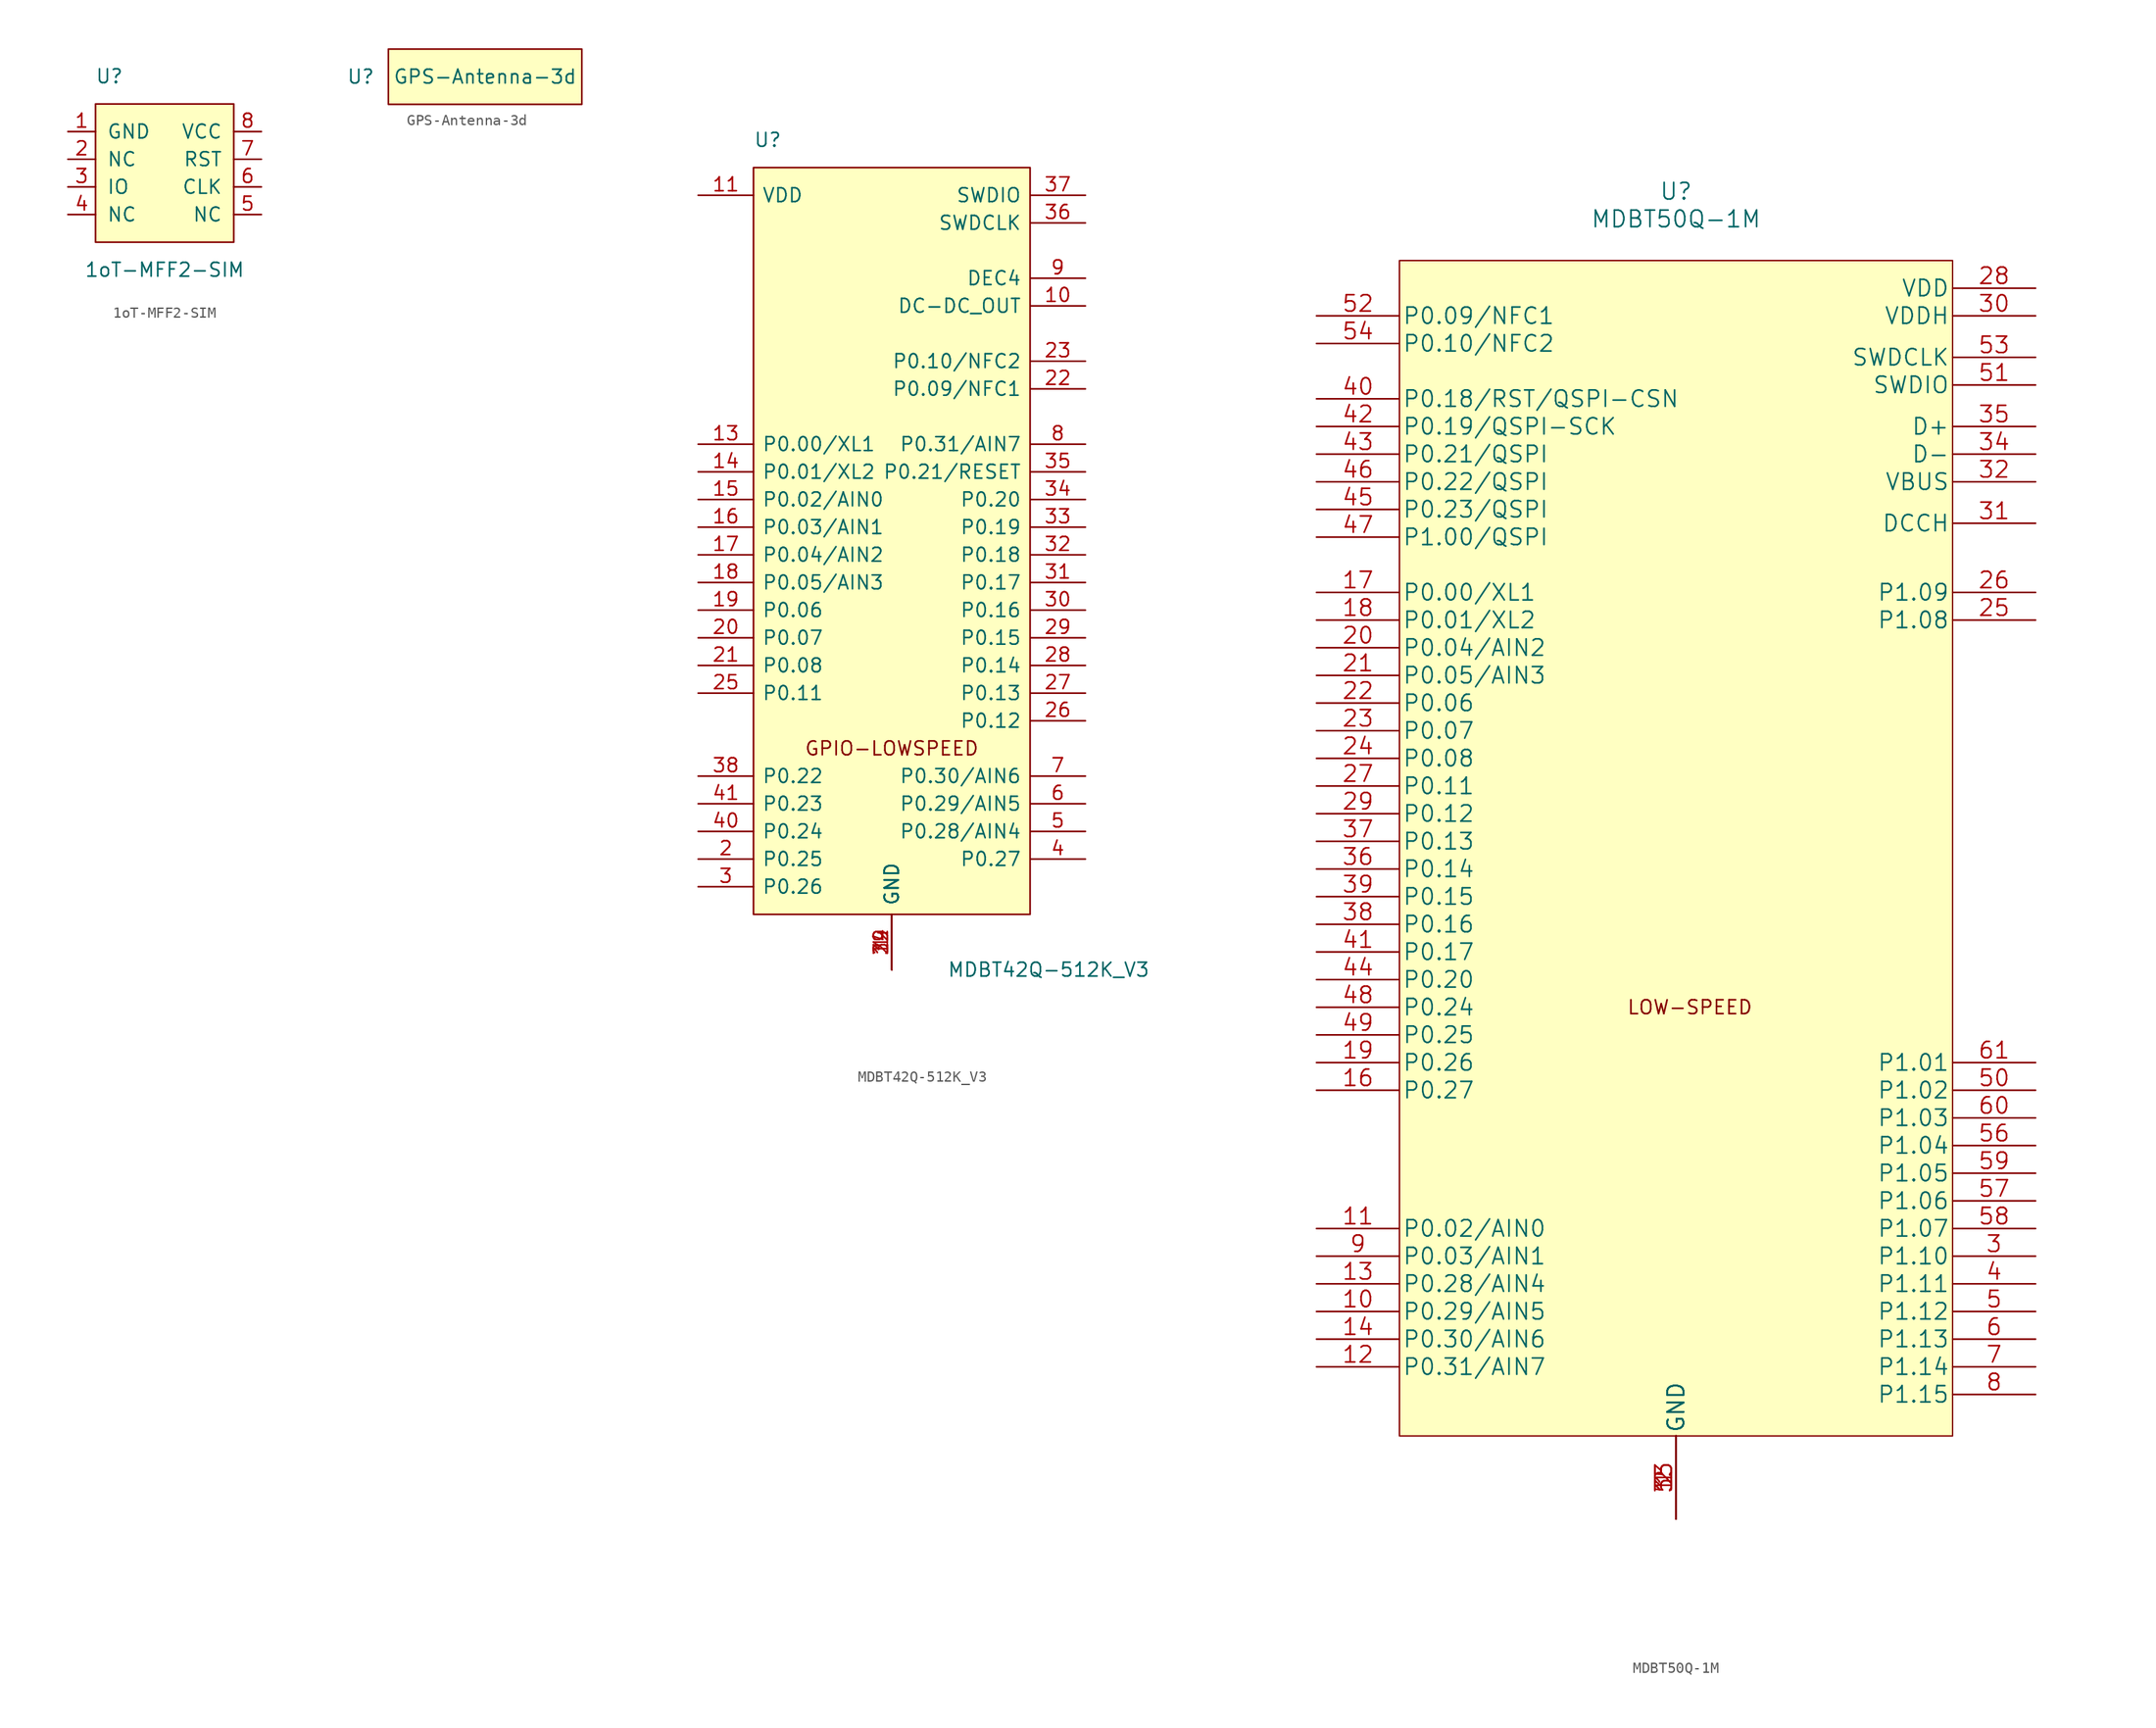
<source format=kicad_sym>
(kicad_symbol_lib
  (version 20211014)
  (generator kicad_symbol_editor)
  (symbol "1oT-MFF2-SIM"
    (pin_names
      (offset 1.016))
    (property "Reference" "U"
      (at -5.08 8.89 0)
      (effects (font (size 1.27 1.27))))
    (property "Value" "1oT-MFF2-SIM"
      (at 0 -8.89 0)
      (effects (font (size 1.27 1.27))))
    (symbol "1oT-MFF2-SIM_0_1"
      (rectangle (start -6.35 6.35) (end 6.35 -6.35) (stroke (width 0) (type default) (color 0 0 0 0)) (fill (type background))))
    (symbol "1oT-MFF2-SIM_1_1"
      (pin input line (at -8.89 3.81 0) (length 2.54) (name "GND" (effects (font (size 1.27 1.27)))) (number "1" (effects (font (size 1.27 1.27)))))
      (pin input line (at -8.89 1.27 0) (length 2.54) (name "NC" (effects (font (size 1.27 1.27)))) (number "2" (effects (font (size 1.27 1.27)))))
      (pin input line (at -8.89 -1.27 0) (length 2.54) (name "IO" (effects (font (size 1.27 1.27)))) (number "3" (effects (font (size 1.27 1.27)))))
      (pin input line (at -8.89 -3.81 0) (length 2.54) (name "NC" (effects (font (size 1.27 1.27)))) (number "4" (effects (font (size 1.27 1.27)))))
      (pin input line (at 8.89 -3.81 180) (length 2.54) (name "NC" (effects (font (size 1.27 1.27)))) (number "5" (effects (font (size 1.27 1.27)))))
      (pin input line (at 8.89 -1.27 180) (length 2.54) (name "CLK" (effects (font (size 1.27 1.27)))) (number "6" (effects (font (size 1.27 1.27)))))
      (pin input line (at 8.89 1.27 180) (length 2.54) (name "RST" (effects (font (size 1.27 1.27)))) (number "7" (effects (font (size 1.27 1.27)))))
      (pin input line (at 8.89 3.81 180) (length 2.54) (name "VCC" (effects (font (size 1.27 1.27)))) (number "8" (effects (font (size 1.27 1.27)))))))
  (symbol "GPS-Antenna-3d"
    (pin_names
      (offset 1.016))
    (property "Reference" "U"
      (at -3.81 3.81 0)
      (effects (font (size 1.27 1.27))))
    (property "Value" "GPS-Antenna-3d"
      (at 7.62 3.81 0)
      (effects (font (size 1.27 1.27))))
    (symbol "GPS-Antenna-3d_0_1"
      (rectangle (start -1.27 6.35) (end 16.51 1.27) (stroke (width 0) (type default) (color 0 0 0 0)) (fill (type background)))))
  (symbol "MDBT42Q-512K_V3"
    (pin_names
      (offset 0.762))
    (property "Reference" "U"
      (at -12.7 40.64 0)
      (effects (font (size 1.27 1.27)) (justify left)))
    (property "Value" "MDBT42Q-512K_V3"
      (at 5.08 -35.56 0)
      (effects (font (size 1.27 1.27)) (justify left)))
    (symbol "MDBT42Q-512K_V3_0_0"
      (rectangle (start -12.7 -30.48) (end 12.7 38.1) (stroke (width 0) (type default) (color 0 0 0 0)) (fill (type background)))
      (text "GPIO-LOWSPEED" (at 0 -15.24 0) (effects (font (size 1.27 1.27)))))
    (symbol "MDBT42Q-512K_V3_1_1"
      (pin power_in line (at 0 -35.56 90) (length 5.08) (name "GND" (effects (font (size 1.27 1.27)))) (number "1" (effects (font (size 1.27 1.27)))))
      (pin bidirectional line (at 17.78 25.4 180) (length 5.08) (name "DC-DC_OUT" (effects (font (size 1.27 1.27)))) (number "10" (effects (font (size 1.27 1.27)))))
      (pin power_in line (at -17.78 35.56 0) (length 5.08) (name "VDD" (effects (font (size 1.27 1.27)))) (number "11" (effects (font (size 1.27 1.27)))))
      (pin power_in line (at 0 -35.56 90) (length 5.08) (name "GND" (effects (font (size 1.27 1.27)))) (number "12" (effects (font (size 1.27 1.27)))))
      (pin bidirectional line (at -17.78 12.7 0) (length 5.08) (name "P0.00/XL1" (effects (font (size 1.27 1.27)))) (number "13" (effects (font (size 1.27 1.27)))))
      (pin bidirectional line (at -17.78 10.16 0) (length 5.08) (name "P0.01/XL2" (effects (font (size 1.27 1.27)))) (number "14" (effects (font (size 1.27 1.27)))))
      (pin bidirectional line (at -17.78 7.62 0) (length 5.08) (name "P0.02/AIN0" (effects (font (size 1.27 1.27)))) (number "15" (effects (font (size 1.27 1.27)))))
      (pin bidirectional line (at -17.78 5.08 0) (length 5.08) (name "P0.03/AIN1" (effects (font (size 1.27 1.27)))) (number "16" (effects (font (size 1.27 1.27)))))
      (pin bidirectional line (at -17.78 2.54 0) (length 5.08) (name "P0.04/AIN2" (effects (font (size 1.27 1.27)))) (number "17" (effects (font (size 1.27 1.27)))))
      (pin bidirectional line (at -17.78 0 0) (length 5.08) (name "P0.05/AIN3" (effects (font (size 1.27 1.27)))) (number "18" (effects (font (size 1.27 1.27)))))
      (pin bidirectional line (at -17.78 -2.54 0) (length 5.08) (name "P0.06" (effects (font (size 1.27 1.27)))) (number "19" (effects (font (size 1.27 1.27)))))
      (pin bidirectional line (at -17.78 -25.4 0) (length 5.08) (name "P0.25" (effects (font (size 1.27 1.27)))) (number "2" (effects (font (size 1.27 1.27)))))
      (pin bidirectional line (at -17.78 -5.08 0) (length 5.08) (name "P0.07" (effects (font (size 1.27 1.27)))) (number "20" (effects (font (size 1.27 1.27)))))
      (pin bidirectional line (at -17.78 -7.62 0) (length 5.08) (name "P0.08" (effects (font (size 1.27 1.27)))) (number "21" (effects (font (size 1.27 1.27)))))
      (pin bidirectional line (at 17.78 17.78 180) (length 5.08) (name "P0.09/NFC1" (effects (font (size 1.27 1.27)))) (number "22" (effects (font (size 1.27 1.27)))))
      (pin bidirectional line (at 17.78 20.32 180) (length 5.08) (name "P0.10/NFC2" (effects (font (size 1.27 1.27)))) (number "23" (effects (font (size 1.27 1.27)))))
      (pin power_in line (at 0 -35.56 90) (length 5.08) (name "GND" (effects (font (size 1.27 1.27)))) (number "24" (effects (font (size 1.27 1.27)))))
      (pin bidirectional line (at -17.78 -10.16 0) (length 5.08) (name "P0.11" (effects (font (size 1.27 1.27)))) (number "25" (effects (font (size 1.27 1.27)))))
      (pin bidirectional line (at 17.78 -12.7 180) (length 5.08) (name "P0.12" (effects (font (size 1.27 1.27)))) (number "26" (effects (font (size 1.27 1.27)))))
      (pin bidirectional line (at 17.78 -10.16 180) (length 5.08) (name "P0.13" (effects (font (size 1.27 1.27)))) (number "27" (effects (font (size 1.27 1.27)))))
      (pin bidirectional line (at 17.78 -7.62 180) (length 5.08) (name "P0.14" (effects (font (size 1.27 1.27)))) (number "28" (effects (font (size 1.27 1.27)))))
      (pin bidirectional line (at 17.78 -5.08 180) (length 5.08) (name "P0.15" (effects (font (size 1.27 1.27)))) (number "29" (effects (font (size 1.27 1.27)))))
      (pin bidirectional line (at -17.78 -27.94 0) (length 5.08) (name "P0.26" (effects (font (size 1.27 1.27)))) (number "3" (effects (font (size 1.27 1.27)))))
      (pin bidirectional line (at 17.78 -2.54 180) (length 5.08) (name "P0.16" (effects (font (size 1.27 1.27)))) (number "30" (effects (font (size 1.27 1.27)))))
      (pin bidirectional line (at 17.78 0 180) (length 5.08) (name "P0.17" (effects (font (size 1.27 1.27)))) (number "31" (effects (font (size 1.27 1.27)))))
      (pin bidirectional line (at 17.78 2.54 180) (length 5.08) (name "P0.18" (effects (font (size 1.27 1.27)))) (number "32" (effects (font (size 1.27 1.27)))))
      (pin bidirectional line (at 17.78 5.08 180) (length 5.08) (name "P0.19" (effects (font (size 1.27 1.27)))) (number "33" (effects (font (size 1.27 1.27)))))
      (pin bidirectional line (at 17.78 7.62 180) (length 5.08) (name "P0.20" (effects (font (size 1.27 1.27)))) (number "34" (effects (font (size 1.27 1.27)))))
      (pin bidirectional line (at 17.78 10.16 180) (length 5.08) (name "P0.21/RESET" (effects (font (size 1.27 1.27)))) (number "35" (effects (font (size 1.27 1.27)))))
      (pin bidirectional line (at 17.78 33.02 180) (length 5.08) (name "SWDCLK" (effects (font (size 1.27 1.27)))) (number "36" (effects (font (size 1.27 1.27)))))
      (pin bidirectional line (at 17.78 35.56 180) (length 5.08) (name "SWDIO" (effects (font (size 1.27 1.27)))) (number "37" (effects (font (size 1.27 1.27)))))
      (pin bidirectional line (at -17.78 -17.78 0) (length 5.08) (name "P0.22" (effects (font (size 1.27 1.27)))) (number "38" (effects (font (size 1.27 1.27)))))
      (pin power_in line (at 0 -35.56 90) (length 5.08) (name "GND" (effects (font (size 1.27 1.27)))) (number "39" (effects (font (size 1.27 1.27)))))
      (pin bidirectional line (at 17.78 -25.4 180) (length 5.08) (name "P0.27" (effects (font (size 1.27 1.27)))) (number "4" (effects (font (size 1.27 1.27)))))
      (pin bidirectional line (at -17.78 -22.86 0) (length 5.08) (name "P0.24" (effects (font (size 1.27 1.27)))) (number "40" (effects (font (size 1.27 1.27)))))
      (pin bidirectional line (at -17.78 -20.32 0) (length 5.08) (name "P0.23" (effects (font (size 1.27 1.27)))) (number "41" (effects (font (size 1.27 1.27)))))
      (pin bidirectional line (at 17.78 -22.86 180) (length 5.08) (name "P0.28/AIN4" (effects (font (size 1.27 1.27)))) (number "5" (effects (font (size 1.27 1.27)))))
      (pin bidirectional line (at 17.78 -20.32 180) (length 5.08) (name "P0.29/AIN5" (effects (font (size 1.27 1.27)))) (number "6" (effects (font (size 1.27 1.27)))))
      (pin bidirectional line (at 17.78 -17.78 180) (length 5.08) (name "P0.30/AIN6" (effects (font (size 1.27 1.27)))) (number "7" (effects (font (size 1.27 1.27)))))
      (pin bidirectional line (at 17.78 12.7 180) (length 5.08) (name "P0.31/AIN7" (effects (font (size 1.27 1.27)))) (number "8" (effects (font (size 1.27 1.27)))))
      (pin bidirectional line (at 17.78 27.94 180) (length 5.08) (name "DEC4" (effects (font (size 1.27 1.27)))) (number "9" (effects (font (size 1.27 1.27)))))))
  (symbol "MDBT50Q-1M"
    (pin_names
      (offset 0.254))
    (property "Reference" "U"
      (at 0 59.69 0)
      (effects (font (size 1.524 1.524))))
    (property "Value" "MDBT50Q-1M"
      (at 0 57.15 0)
      (effects (font (size 1.524 1.524))))
    (property "Datasheet" ""
      (at 0 -62.23 90)
      (effects (font (size 1.524 1.524))))
    (property "ki_locked" ""
      (at 0 0 0)
      (effects (font (size 1.27 1.27))))
    (symbol "MDBT50Q-1M_0_0"
      (text "LOW-SPEED" (at 1.27 -15.24 0) (effects (font (size 1.27 1.27)))))
    (symbol "MDBT50Q-1M_1_1"
      (rectangle (start -25.4 53.34) (end 25.4 -54.61) (stroke (width 0.127) (type default) (color 0 0 0 0)) (fill (type background)))
      (pin power_in line (at 0 -62.23 90) (length 7.62) (name "GND" (effects (font (size 1.499 1.499)))) (number "1" (effects (font (size 1.499 1.499)))))
      (pin bidirectional line (at -33.02 -43.18 0) (length 7.62) (name "P0.29/AIN5" (effects (font (size 1.499 1.499)))) (number "10" (effects (font (size 1.499 1.499)))))
      (pin bidirectional line (at -33.02 -35.56 0) (length 7.62) (name "P0.02/AIN0" (effects (font (size 1.499 1.499)))) (number "11" (effects (font (size 1.499 1.499)))))
      (pin bidirectional line (at -33.02 -48.26 0) (length 7.62) (name "P0.31/AIN7" (effects (font (size 1.499 1.499)))) (number "12" (effects (font (size 1.499 1.499)))))
      (pin bidirectional line (at -33.02 -40.64 0) (length 7.62) (name "P0.28/AIN4" (effects (font (size 1.499 1.499)))) (number "13" (effects (font (size 1.499 1.499)))))
      (pin bidirectional line (at -33.02 -45.72 0) (length 7.62) (name "P0.30/AIN6" (effects (font (size 1.499 1.499)))) (number "14" (effects (font (size 1.499 1.499)))))
      (pin power_in line (at 0 -62.23 90) (length 7.62) (name "GND" (effects (font (size 1.499 1.499)))) (number "15" (effects (font (size 1.499 1.499)))))
      (pin bidirectional line (at -33.02 -22.86 0) (length 7.62) (name "P0.27" (effects (font (size 1.499 1.499)))) (number "16" (effects (font (size 1.499 1.499)))))
      (pin bidirectional line (at -33.02 22.86 0) (length 7.62) (name "P0.00/XL1" (effects (font (size 1.499 1.499)))) (number "17" (effects (font (size 1.499 1.499)))))
      (pin bidirectional line (at -33.02 20.32 0) (length 7.62) (name "P0.01/XL2" (effects (font (size 1.499 1.499)))) (number "18" (effects (font (size 1.499 1.499)))))
      (pin bidirectional line (at -33.02 -20.32 0) (length 7.62) (name "P0.26" (effects (font (size 1.499 1.499)))) (number "19" (effects (font (size 1.499 1.499)))))
      (pin power_in line (at 0 -62.23 90) (length 7.62) (name "GND" (effects (font (size 1.499 1.499)))) (number "2" (effects (font (size 1.499 1.499)))))
      (pin bidirectional line (at -33.02 17.78 0) (length 7.62) (name "P0.04/AIN2" (effects (font (size 1.499 1.499)))) (number "20" (effects (font (size 1.499 1.499)))))
      (pin bidirectional line (at -33.02 15.24 0) (length 7.62) (name "P0.05/AIN3" (effects (font (size 1.499 1.499)))) (number "21" (effects (font (size 1.499 1.499)))))
      (pin bidirectional line (at -33.02 12.7 0) (length 7.62) (name "P0.06" (effects (font (size 1.499 1.499)))) (number "22" (effects (font (size 1.499 1.499)))))
      (pin bidirectional line (at -33.02 10.16 0) (length 7.62) (name "P0.07" (effects (font (size 1.499 1.499)))) (number "23" (effects (font (size 1.499 1.499)))))
      (pin bidirectional line (at -33.02 7.62 0) (length 7.62) (name "P0.08" (effects (font (size 1.499 1.499)))) (number "24" (effects (font (size 1.499 1.499)))))
      (pin bidirectional line (at 33.02 20.32 180) (length 7.62) (name "P1.08" (effects (font (size 1.499 1.499)))) (number "25" (effects (font (size 1.499 1.499)))))
      (pin bidirectional line (at 33.02 22.86 180) (length 7.62) (name "P1.09" (effects (font (size 1.499 1.499)))) (number "26" (effects (font (size 1.499 1.499)))))
      (pin bidirectional line (at -33.02 5.08 0) (length 7.62) (name "P0.11" (effects (font (size 1.499 1.499)))) (number "27" (effects (font (size 1.499 1.499)))))
      (pin power_in line (at 33.02 50.8 180) (length 7.62) (name "VDD" (effects (font (size 1.499 1.499)))) (number "28" (effects (font (size 1.499 1.499)))))
      (pin bidirectional line (at -33.02 2.54 0) (length 7.62) (name "P0.12" (effects (font (size 1.499 1.499)))) (number "29" (effects (font (size 1.499 1.499)))))
      (pin bidirectional line (at 33.02 -38.1 180) (length 7.62) (name "P1.10" (effects (font (size 1.499 1.499)))) (number "3" (effects (font (size 1.499 1.499)))))
      (pin power_in line (at 33.02 48.26 180) (length 7.62) (name "VDDH" (effects (font (size 1.499 1.499)))) (number "30" (effects (font (size 1.499 1.499)))))
      (pin power_in line (at 33.02 29.21 180) (length 7.62) (name "DCCH" (effects (font (size 1.499 1.499)))) (number "31" (effects (font (size 1.499 1.499)))))
      (pin power_in line (at 33.02 33.02 180) (length 7.62) (name "VBUS" (effects (font (size 1.499 1.499)))) (number "32" (effects (font (size 1.499 1.499)))))
      (pin power_in line (at 0 -62.23 90) (length 7.62) (name "GND" (effects (font (size 1.499 1.499)))) (number "33" (effects (font (size 1.499 1.499)))))
      (pin bidirectional line (at 33.02 35.56 180) (length 7.62) (name "D-" (effects (font (size 1.499 1.499)))) (number "34" (effects (font (size 1.499 1.499)))))
      (pin bidirectional line (at 33.02 38.1 180) (length 7.62) (name "D+" (effects (font (size 1.499 1.499)))) (number "35" (effects (font (size 1.499 1.499)))))
      (pin bidirectional line (at -33.02 -2.54 0) (length 7.62) (name "P0.14" (effects (font (size 1.499 1.499)))) (number "36" (effects (font (size 1.499 1.499)))))
      (pin bidirectional line (at -33.02 0 0) (length 7.62) (name "P0.13" (effects (font (size 1.499 1.499)))) (number "37" (effects (font (size 1.499 1.499)))))
      (pin bidirectional line (at -33.02 -7.62 0) (length 7.62) (name "P0.16" (effects (font (size 1.499 1.499)))) (number "38" (effects (font (size 1.499 1.499)))))
      (pin bidirectional line (at -33.02 -5.08 0) (length 7.62) (name "P0.15" (effects (font (size 1.499 1.499)))) (number "39" (effects (font (size 1.499 1.499)))))
      (pin bidirectional line (at 33.02 -40.64 180) (length 7.62) (name "P1.11" (effects (font (size 1.499 1.499)))) (number "4" (effects (font (size 1.499 1.499)))))
      (pin bidirectional line (at -33.02 40.64 0) (length 7.62) (name "P0.18/RST/QSPI-CSN" (effects (font (size 1.499 1.499)))) (number "40" (effects (font (size 1.499 1.499)))))
      (pin bidirectional line (at -33.02 -10.16 0) (length 7.62) (name "P0.17" (effects (font (size 1.499 1.499)))) (number "41" (effects (font (size 1.499 1.499)))))
      (pin bidirectional line (at -33.02 38.1 0) (length 7.62) (name "P0.19/QSPI-SCK" (effects (font (size 1.499 1.499)))) (number "42" (effects (font (size 1.499 1.499)))))
      (pin bidirectional line (at -33.02 35.56 0) (length 7.62) (name "P0.21/QSPI" (effects (font (size 1.499 1.499)))) (number "43" (effects (font (size 1.499 1.499)))))
      (pin bidirectional line (at -33.02 -12.7 0) (length 7.62) (name "P0.20" (effects (font (size 1.499 1.499)))) (number "44" (effects (font (size 1.499 1.499)))))
      (pin bidirectional line (at -33.02 30.48 0) (length 7.62) (name "P0.23/QSPI" (effects (font (size 1.499 1.499)))) (number "45" (effects (font (size 1.499 1.499)))))
      (pin bidirectional line (at -33.02 33.02 0) (length 7.62) (name "P0.22/QSPI" (effects (font (size 1.499 1.499)))) (number "46" (effects (font (size 1.499 1.499)))))
      (pin bidirectional line (at -33.02 27.94 0) (length 7.62) (name "P1.00/QSPI" (effects (font (size 1.499 1.499)))) (number "47" (effects (font (size 1.499 1.499)))))
      (pin bidirectional line (at -33.02 -15.24 0) (length 7.62) (name "P0.24" (effects (font (size 1.499 1.499)))) (number "48" (effects (font (size 1.499 1.499)))))
      (pin bidirectional line (at -33.02 -17.78 0) (length 7.62) (name "P0.25" (effects (font (size 1.499 1.499)))) (number "49" (effects (font (size 1.499 1.499)))))
      (pin bidirectional line (at 33.02 -43.18 180) (length 7.62) (name "P1.12" (effects (font (size 1.499 1.499)))) (number "5" (effects (font (size 1.499 1.499)))))
      (pin bidirectional line (at 33.02 -22.86 180) (length 7.62) (name "P1.02" (effects (font (size 1.499 1.499)))) (number "50" (effects (font (size 1.499 1.499)))))
      (pin unspecified line (at 33.02 41.91 180) (length 7.62) (name "SWDIO" (effects (font (size 1.499 1.499)))) (number "51" (effects (font (size 1.499 1.499)))))
      (pin bidirectional line (at -33.02 48.26 0) (length 7.62) (name "P0.09/NFC1" (effects (font (size 1.499 1.499)))) (number "52" (effects (font (size 1.499 1.499)))))
      (pin input line (at 33.02 44.45 180) (length 7.62) (name "SWDCLK" (effects (font (size 1.499 1.499)))) (number "53" (effects (font (size 1.499 1.499)))))
      (pin bidirectional line (at -33.02 45.72 0) (length 7.62) (name "P0.10/NFC2" (effects (font (size 1.499 1.499)))) (number "54" (effects (font (size 1.499 1.499)))))
      (pin power_in line (at 0 -62.23 90) (length 7.62) (name "GND" (effects (font (size 1.499 1.499)))) (number "55" (effects (font (size 1.499 1.499)))))
      (pin bidirectional line (at 33.02 -27.94 180) (length 7.62) (name "P1.04" (effects (font (size 1.499 1.499)))) (number "56" (effects (font (size 1.499 1.499)))))
      (pin bidirectional line (at 33.02 -33.02 180) (length 7.62) (name "P1.06" (effects (font (size 1.499 1.499)))) (number "57" (effects (font (size 1.499 1.499)))))
      (pin bidirectional line (at 33.02 -35.56 180) (length 7.62) (name "P1.07" (effects (font (size 1.499 1.499)))) (number "58" (effects (font (size 1.499 1.499)))))
      (pin bidirectional line (at 33.02 -30.48 180) (length 7.62) (name "P1.05" (effects (font (size 1.499 1.499)))) (number "59" (effects (font (size 1.499 1.499)))))
      (pin bidirectional line (at 33.02 -45.72 180) (length 7.62) (name "P1.13" (effects (font (size 1.499 1.499)))) (number "6" (effects (font (size 1.499 1.499)))))
      (pin bidirectional line (at 33.02 -25.4 180) (length 7.62) (name "P1.03" (effects (font (size 1.499 1.499)))) (number "60" (effects (font (size 1.499 1.499)))))
      (pin bidirectional line (at 33.02 -20.32 180) (length 7.62) (name "P1.01" (effects (font (size 1.499 1.499)))) (number "61" (effects (font (size 1.499 1.499)))))
      (pin bidirectional line (at 33.02 -48.26 180) (length 7.62) (name "P1.14" (effects (font (size 1.499 1.499)))) (number "7" (effects (font (size 1.499 1.499)))))
      (pin bidirectional line (at 33.02 -50.8 180) (length 7.62) (name "P1.15" (effects (font (size 1.499 1.499)))) (number "8" (effects (font (size 1.499 1.499)))))
      (pin bidirectional line (at -33.02 -38.1 0) (length 7.62) (name "P0.03/AIN1" (effects (font (size 1.499 1.499)))) (number "9" (effects (font (size 1.499 1.499))))))))
</source>
